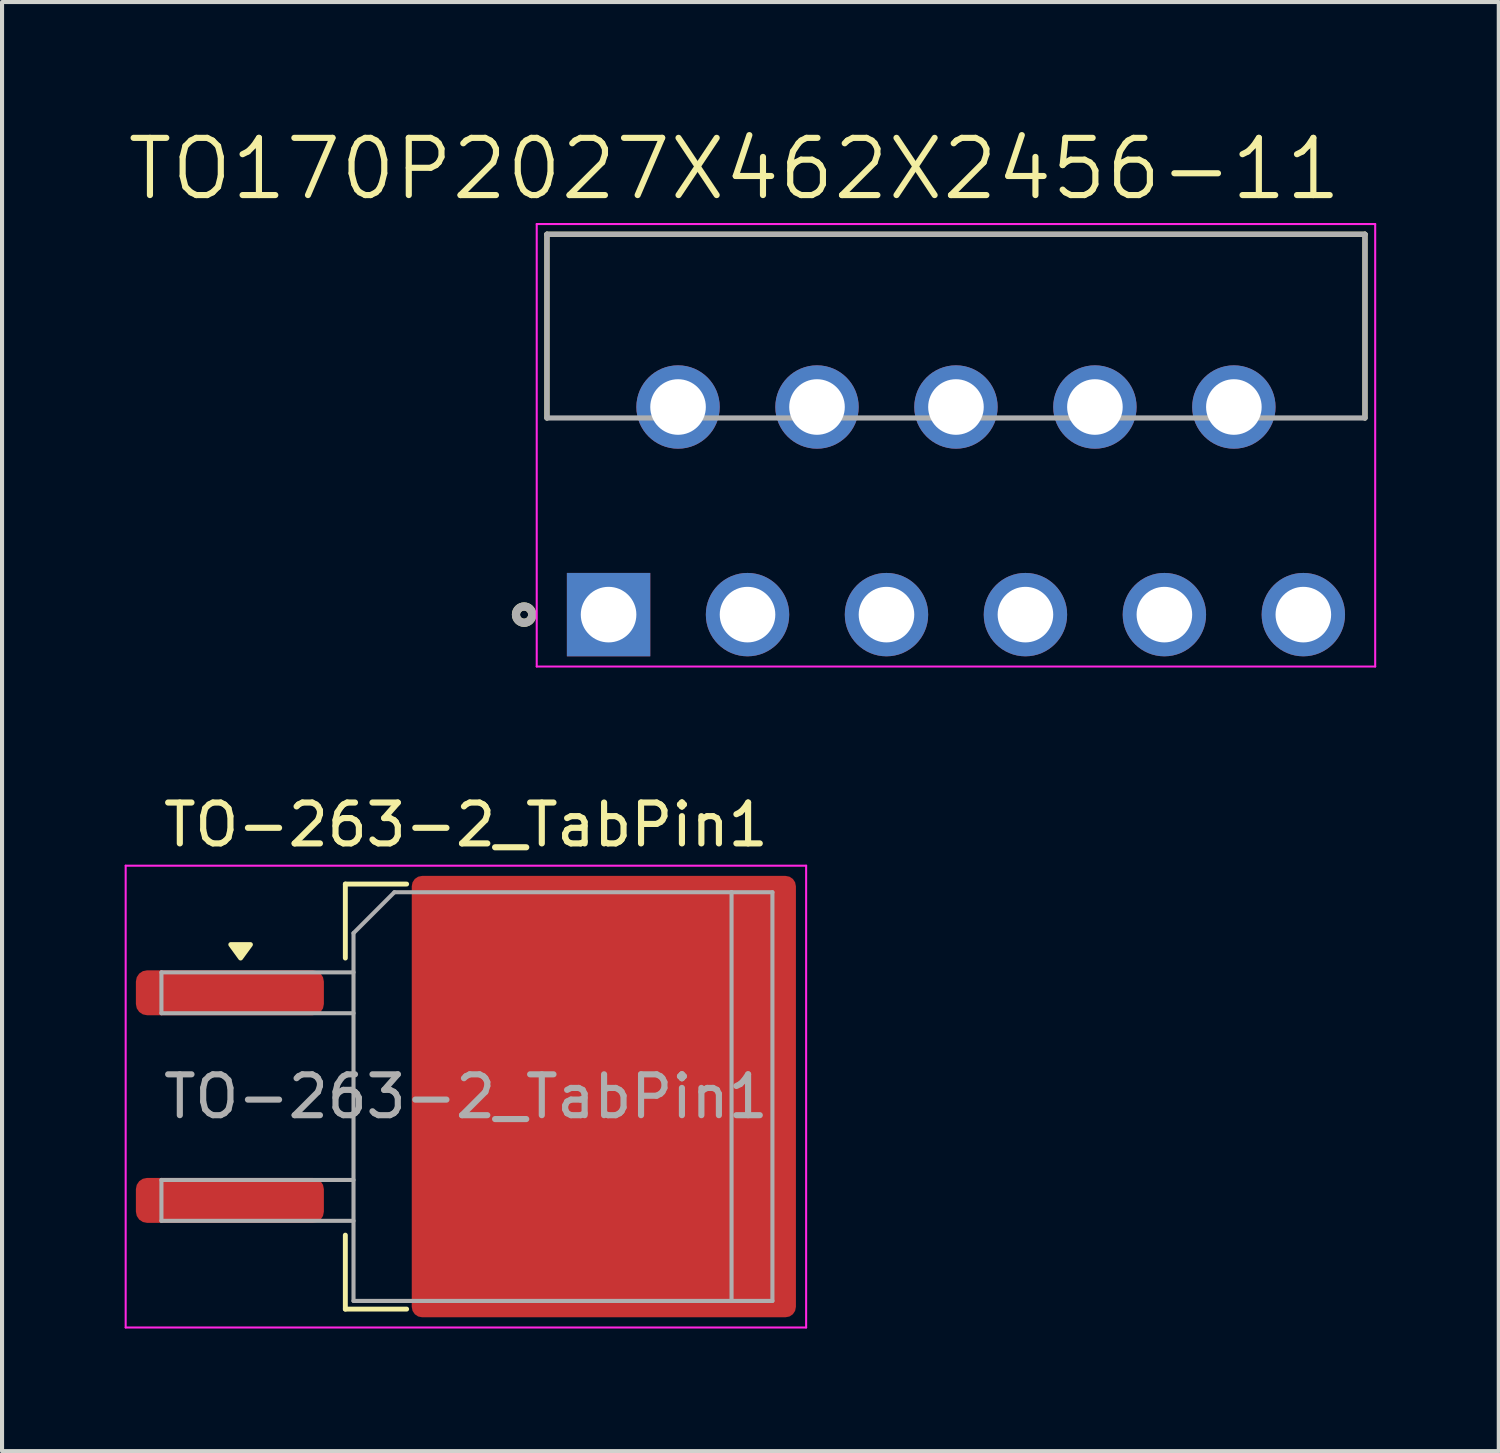
<source format=kicad_pcb>
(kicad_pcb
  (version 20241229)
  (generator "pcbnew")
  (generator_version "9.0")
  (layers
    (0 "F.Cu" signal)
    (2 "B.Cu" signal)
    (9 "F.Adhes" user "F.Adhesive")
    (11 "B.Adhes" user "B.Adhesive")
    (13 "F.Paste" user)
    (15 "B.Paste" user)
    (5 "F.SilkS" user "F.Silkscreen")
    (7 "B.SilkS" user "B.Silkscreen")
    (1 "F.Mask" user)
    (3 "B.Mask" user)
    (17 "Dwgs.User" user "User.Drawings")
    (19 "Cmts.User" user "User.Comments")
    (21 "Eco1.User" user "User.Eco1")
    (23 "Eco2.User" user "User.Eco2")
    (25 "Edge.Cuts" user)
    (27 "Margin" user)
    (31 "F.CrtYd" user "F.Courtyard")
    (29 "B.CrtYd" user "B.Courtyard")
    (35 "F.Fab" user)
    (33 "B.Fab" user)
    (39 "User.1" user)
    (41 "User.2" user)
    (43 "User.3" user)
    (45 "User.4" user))
  (footprint "TO170P2027X462X2456-11"
    (layer "F.Cu")
    (at 11.841 11.989)
    (property "Reference" "TO170P2027X462X2456-11" (at 3.078 -10.906 0) (layer "F.SilkS") (effects (font (size 1.4 1.4) (thickness 0.15))))
    (attr through_hole)
    (fp_line (start -1.508 -9.307) (end -1.508 -4.812) (stroke (width 0.127) (type solid)) (layer "F.SilkS"))
    (fp_line (start 18.508 -9.307) (end -1.508 -9.307) (stroke (width 0.127) (type solid)) (layer "F.SilkS"))
    (fp_line (start 18.508 -4.812) (end 18.508 -9.307) (stroke (width 0.127) (type solid)) (layer "F.SilkS"))
    (fp_circle (center -2.067 0) (end -1.968 0) (stroke (width 0.2) (type solid)) (fill no) (layer "F.SilkS"))
    (fp_line (start -1.758 -9.557) (end -1.758 1.27) (stroke (width 0.05) (type solid)) (layer "F.CrtYd"))
    (fp_line (start -1.758 1.27) (end 18.758 1.27) (stroke (width 0.05) (type solid)) (layer "F.CrtYd"))
    (fp_line (start 18.758 -9.557) (end -1.758 -9.557) (stroke (width 0.05) (type solid)) (layer "F.CrtYd"))
    (fp_line (start 18.758 1.27) (end 18.758 -9.557) (stroke (width 0.05) (type solid)) (layer "F.CrtYd"))
    (fp_line (start -1.508 -9.307) (end -1.508 -4.812) (stroke (width 0.127) (type solid)) (layer "F.Fab"))
    (fp_line (start -1.508 -4.812) (end 18.508 -4.812) (stroke (width 0.127) (type solid)) (layer "F.Fab"))
    (fp_line (start 18.508 -9.307) (end -1.508 -9.307) (stroke (width 0.127) (type solid)) (layer "F.Fab"))
    (fp_line (start 18.508 -4.812) (end 18.508 -9.307) (stroke (width 0.127) (type solid)) (layer "F.Fab"))
    (fp_circle (center -2.067 0) (end -1.968 0) (stroke (width 0.2) (type solid)) (fill no) (layer "F.Fab"))
    (pad "1" thru_hole rect (at 0 0) (size 2.04 2.04) (drill 1.36) (layers "*.Cu" "*.Mask"))
    (pad "2" thru_hole circle (at 1.7 -5.08) (size 2.04 2.04) (drill 1.36) (layers "*.Cu" "*.Mask"))
    (pad "3" thru_hole circle (at 3.4 0) (size 2.04 2.04) (drill 1.36) (layers "*.Cu" "*.Mask"))
    (pad "4" thru_hole circle (at 5.1 -5.08) (size 2.04 2.04) (drill 1.36) (layers "*.Cu" "*.Mask"))
    (pad "5" thru_hole circle (at 6.8 0) (size 2.04 2.04) (drill 1.36) (layers "*.Cu" "*.Mask"))
    (pad "6" thru_hole circle (at 8.5 -5.08) (size 2.04 2.04) (drill 1.36) (layers "*.Cu" "*.Mask"))
    (pad "7" thru_hole circle (at 10.2 0) (size 2.04 2.04) (drill 1.36) (layers "*.Cu" "*.Mask"))
    (pad "8" thru_hole circle (at 11.9 -5.08) (size 2.04 2.04) (drill 1.36) (layers "*.Cu" "*.Mask"))
    (pad "9" thru_hole circle (at 13.6 0) (size 2.04 2.04) (drill 1.36) (layers "*.Cu" "*.Mask"))
    (pad "10" thru_hole circle (at 15.3 -5.08) (size 2.04 2.04) (drill 1.36) (layers "*.Cu" "*.Mask"))
    (pad "11" thru_hole circle (at 17 0) (size 2.04 2.04) (drill 1.36) (layers "*.Cu" "*.Mask")))
  (footprint "TO-263-2_TabPin1"
    (layer "F.Cu")
    (at 10.225 23.782)
    (property "Reference" "TO-263-2_TabPin1" (at -1.875 -6.65 0) (layer "F.SilkS") (effects (font (size 1 1) (thickness 0.15))))
    (attr smd)
    (fp_line (start -4.825 -5.2) (end -4.825 -3.39) (stroke (width 0.12) (type solid)) (layer "F.SilkS"))
    (fp_line (start -4.825 5.2) (end -4.825 3.39) (stroke (width 0.12) (type solid)) (layer "F.SilkS"))
    (fp_line (start -3.325 -5.2) (end -4.825 -5.2) (stroke (width 0.12) (type solid)) (layer "F.SilkS"))
    (fp_line (start -3.325 5.2) (end -4.825 5.2) (stroke (width 0.12) (type solid)) (layer "F.SilkS"))
    (fp_poly (pts (xy -7.388 -3.39) (xy -7.628 -3.72) (xy -7.147 -3.72) (xy -7.388 -3.39)) (stroke (width 0.12) (type solid)) (fill yes) (layer "F.SilkS"))
    (fp_line (start -10.2 -5.65) (end -10.2 5.65) (stroke (width 0.05) (type solid)) (layer "F.CrtYd"))
    (fp_line (start -10.2 5.65) (end 6.45 5.65) (stroke (width 0.05) (type solid)) (layer "F.CrtYd"))
    (fp_line (start 6.45 -5.65) (end -10.2 -5.65) (stroke (width 0.05) (type solid)) (layer "F.CrtYd"))
    (fp_line (start 6.45 5.65) (end 6.45 -5.65) (stroke (width 0.05) (type solid)) (layer "F.CrtYd"))
    (fp_line (start -9.325 -3.04) (end -9.325 -2.04) (stroke (width 0.1) (type solid)) (layer "F.Fab"))
    (fp_line (start -9.325 -2.04) (end -4.625 -2.04) (stroke (width 0.1) (type solid)) (layer "F.Fab"))
    (fp_line (start -9.325 2.04) (end -9.325 3.04) (stroke (width 0.1) (type solid)) (layer "F.Fab"))
    (fp_line (start -9.325 3.04) (end -4.625 3.04) (stroke (width 0.1) (type solid)) (layer "F.Fab"))
    (fp_line (start -4.625 -4) (end -3.625 -5) (stroke (width 0.1) (type solid)) (layer "F.Fab"))
    (fp_line (start -4.625 -3.04) (end -9.325 -3.04) (stroke (width 0.1) (type solid)) (layer "F.Fab"))
    (fp_line (start -4.625 2.04) (end -9.325 2.04) (stroke (width 0.1) (type solid)) (layer "F.Fab"))
    (fp_line (start -4.625 5) (end -4.625 -4) (stroke (width 0.1) (type solid)) (layer "F.Fab"))
    (fp_line (start -3.625 -5) (end 4.625 -5) (stroke (width 0.1) (type solid)) (layer "F.Fab"))
    (fp_line (start 4.625 -5) (end 4.625 5) (stroke (width 0.1) (type solid)) (layer "F.Fab"))
    (fp_line (start 4.625 -5) (end 5.625 -5) (stroke (width 0.1) (type solid)) (layer "F.Fab"))
    (fp_line (start 4.625 5) (end -4.625 5) (stroke (width 0.1) (type solid)) (layer "F.Fab"))
    (fp_line (start 5.625 -5) (end 5.625 5) (stroke (width 0.1) (type solid)) (layer "F.Fab"))
    (fp_line (start 5.625 5) (end 4.625 5) (stroke (width 0.1) (type solid)) (layer "F.Fab"))
    (fp_text user "${REFERENCE}" (at -1.875 0 0) (layer "F.Fab") (effects (font (size 1 1) (thickness 0.15))))
    (pad "" smd roundrect (at -0.925 -2.775) (size 4.55 5.25) (layers "F.Paste") (roundrect_rratio 0.055))
    (pad "" smd roundrect (at -0.925 2.775) (size 4.55 5.25) (layers "F.Paste") (roundrect_rratio 0.055))
    (pad "" smd roundrect (at 3.925 -2.775) (size 4.55 5.25) (layers "F.Paste") (roundrect_rratio 0.055))
    (pad "" smd roundrect (at 3.925 2.775) (size 4.55 5.25) (layers "F.Paste") (roundrect_rratio 0.055))
    (pad "1" smd roundrect (at -7.65 -2.54) (size 4.6 1.1) (layers "F.Cu" "F.Mask" "F.Paste") (roundrect_rratio 0.25))
    (pad "2" smd roundrect (at -7.65 2.54) (size 4.6 1.1) (layers "F.Cu" "F.Mask" "F.Paste") (roundrect_rratio 0.25))
    (pad "3" smd roundrect (at 1.5 0) (size 9.4 10.8) (layers "F.Cu" "F.Mask") (roundrect_rratio 0.027)))
  (gr_rect
    (start -3 -3)
    (end 33.623 32.457)
    (stroke (width 0.1) (type default))
    (fill no)
    (layer "Edge.Cuts")))
</source>
